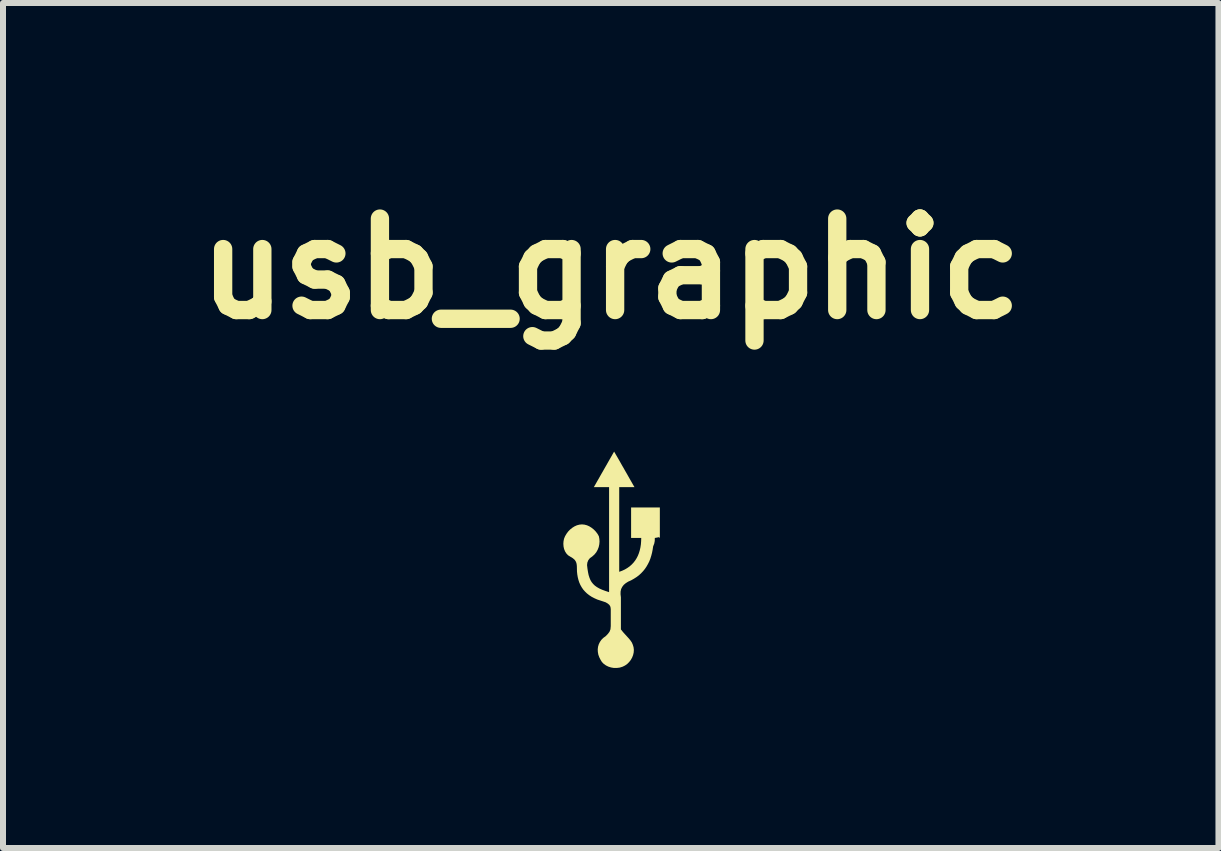
<source format=kicad_pcb>
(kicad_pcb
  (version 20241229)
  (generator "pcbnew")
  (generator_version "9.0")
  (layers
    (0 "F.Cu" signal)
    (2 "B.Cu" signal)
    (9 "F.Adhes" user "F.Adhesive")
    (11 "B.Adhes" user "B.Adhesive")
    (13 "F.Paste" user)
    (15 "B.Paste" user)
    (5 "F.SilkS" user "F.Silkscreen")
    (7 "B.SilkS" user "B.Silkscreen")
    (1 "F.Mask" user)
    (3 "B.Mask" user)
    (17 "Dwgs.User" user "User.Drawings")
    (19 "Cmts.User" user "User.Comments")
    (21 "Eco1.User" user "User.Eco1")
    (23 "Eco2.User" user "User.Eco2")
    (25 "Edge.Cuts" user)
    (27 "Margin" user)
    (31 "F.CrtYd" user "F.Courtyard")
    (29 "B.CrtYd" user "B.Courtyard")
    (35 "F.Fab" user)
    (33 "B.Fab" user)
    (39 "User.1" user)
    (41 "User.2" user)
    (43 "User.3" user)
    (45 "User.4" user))
  (footprint "usb_graphic"
    (layer "F.Cu")
    (at 7.127 6.295)
    (property "Reference" "usb_graphic" (at 0 -4.868 0) (layer "F.SilkS") (effects (font (size 1.524 1.524) (thickness 0.305))))
    (attr smd)
    (fp_poly (pts (xy 0.734 -0.381) (xy 0.733 -0.332) (xy 0.725 -0.289) (xy 0.706 -0.24) (xy 0.698 -0.186) (xy 0.688 -0.135) (xy 0.675 -0.085) (xy 0.66 -0.037) (xy 0.642 0.009) (xy 0.62 0.053) (xy 0.596 0.095) (xy 0.569 0.135) (xy 0.539 0.172) (xy 0.505 0.208) (xy 0.469 0.241) (xy 0.429 0.271) (xy 0.385 0.299) (xy 0.339 0.325) (xy 0.29 0.347) (xy 0.249 0.373) (xy 0.216 0.401) (xy 0.191 0.434) (xy 0.173 0.47) (xy 0.164 0.511) (xy 0.163 0.556) (xy 0.169 0.607) (xy 0.169 0.66) (xy 0.169 0.712) (xy 0.169 0.763) (xy 0.169 0.812) (xy 0.169 0.861) (xy 0.169 0.909) (xy 0.169 0.957) (xy 0.169 1.004) (xy 0.169 1.05) (xy 0.169 1.097) (xy 0.169 1.143) (xy 0.205 1.188) (xy 0.241 1.228) (xy 0.274 1.264) (xy 0.304 1.297) (xy 0.33 1.329) (xy 0.352 1.362) (xy 0.367 1.397) (xy 0.38 1.44) (xy 0.385 1.484) (xy 0.382 1.528) (xy 0.372 1.571) (xy 0.356 1.612) (xy 0.334 1.651) (xy 0.307 1.686) (xy 0.275 1.718) (xy 0.238 1.744) (xy 0.198 1.764) (xy 0.15 1.779) (xy 0.101 1.785) (xy 0.052 1.785) (xy 0.005 1.777) (xy -0.04 1.763) (xy -0.08 1.743) (xy -0.117 1.717) (xy -0.147 1.686) (xy -0.169 1.651) (xy -0.191 1.608) (xy -0.207 1.564) (xy -0.215 1.519) (xy -0.217 1.475) (xy -0.212 1.432) (xy -0.2 1.391) (xy -0.181 1.352) (xy -0.156 1.316) (xy -0.124 1.284) (xy -0.085 1.256) (xy -0.048 1.218) (xy -0.021 1.182) (xy -0.005 1.141) (xy 0 1.087) (xy 0 1.044) (xy 0 1.001) (xy 0 0.956) (xy 0 0.909) (xy 0 0.859) (xy 0 0.804) (xy -0.005 0.767) (xy -0.021 0.737) (xy -0.048 0.713) (xy -0.085 0.691) (xy -0.127 0.677) (xy -0.169 0.663) (xy -0.224 0.645) (xy -0.273 0.623) (xy -0.319 0.599) (xy -0.36 0.572) (xy -0.397 0.543) (xy -0.43 0.511) (xy -0.46 0.477) (xy -0.485 0.44) (xy -0.507 0.401) (xy -0.525 0.36) (xy -0.539 0.317) (xy -0.55 0.272) (xy -0.558 0.225) (xy -0.563 0.177) (xy -0.564 0.127) (xy -0.565 0.087) (xy -0.569 0.051) (xy -0.579 0.018) (xy -0.598 -0.013) (xy -0.63 -0.042) (xy -0.677 -0.071) (xy -0.712 -0.093) (xy -0.74 -0.123) (xy -0.762 -0.158) (xy -0.778 -0.198) (xy -0.787 -0.24) (xy -0.79 -0.284) (xy -0.787 -0.327) (xy -0.778 -0.37) (xy -0.762 -0.409) (xy -0.738 -0.45) (xy -0.71 -0.488) (xy -0.678 -0.521) (xy -0.642 -0.55) (xy -0.604 -0.574) (xy -0.564 -0.592) (xy -0.522 -0.603) (xy -0.48 -0.607) (xy -0.438 -0.603) (xy -0.396 -0.592) (xy -0.356 -0.574) (xy -0.318 -0.55) (xy -0.282 -0.521) (xy -0.25 -0.488) (xy -0.221 -0.45) (xy -0.198 -0.409) (xy -0.19 -0.366) (xy -0.187 -0.321) (xy -0.191 -0.275) (xy -0.201 -0.229) (xy -0.218 -0.185) (xy -0.241 -0.143) (xy -0.272 -0.105) (xy -0.31 -0.071) (xy -0.347 -0.045) (xy -0.374 -0.011) (xy -0.39 0.029) (xy -0.395 0.071) (xy -0.388 0.132) (xy -0.379 0.188) (xy -0.369 0.237) (xy -0.355 0.281) (xy -0.339 0.32) (xy -0.319 0.354) (xy -0.294 0.385) (xy -0.265 0.413) (xy -0.23 0.438) (xy -0.19 0.461) (xy -0.143 0.482) (xy -0.089 0.502) (xy -0.028 0.522) (xy -0.028 0.472) (xy -0.028 0.422) (xy -0.028 0.372) (xy -0.028 0.322) (xy -0.028 0.271) (xy -0.028 0.221) (xy -0.028 0.17) (xy -0.028 0.119) (xy -0.028 0.068) (xy -0.028 0.017) (xy -0.028 -0.034) (xy -0.028 -0.085) (xy -0.028 -0.136) (xy -0.028 -0.188) (xy -0.028 -0.239) (xy -0.028 -0.291) (xy -0.028 -0.342) (xy -0.028 -0.394) (xy -0.028 -0.446) (xy -0.028 -0.498) (xy -0.028 -0.549) (xy -0.028 -0.601) (xy -0.028 -0.653) (xy -0.028 -0.705) (xy -0.028 -0.758) (xy -0.028 -0.81) (xy -0.028 -0.862) (xy -0.028 -0.914) (xy -0.028 -0.966) (xy -0.028 -1.019) (xy -0.028 -1.071) (xy -0.028 -1.123) (xy -0.028 -1.175) (xy -0.028 -1.228) (xy -0.076 -1.228) (xy -0.122 -1.228) (xy -0.168 -1.228) (xy -0.221 -1.228) (xy -0.282 -1.228) (xy -0.256 -1.273) (xy -0.23 -1.319) (xy -0.204 -1.364) (xy -0.178 -1.41) (xy -0.152 -1.456) (xy -0.126 -1.501) (xy -0.1 -1.547) (xy -0.074 -1.592) (xy -0.048 -1.638) (xy -0.022 -1.684) (xy 0.004 -1.729) (xy 0.03 -1.775) (xy 0.056 -1.82) (xy 0.082 -1.775) (xy 0.109 -1.729) (xy 0.135 -1.684) (xy 0.161 -1.638) (xy 0.187 -1.592) (xy 0.213 -1.547) (xy 0.239 -1.501) (xy 0.265 -1.456) (xy 0.291 -1.41) (xy 0.317 -1.364) (xy 0.343 -1.319) (xy 0.369 -1.273) (xy 0.395 -1.228) (xy 0.344 -1.228) (xy 0.294 -1.228) (xy 0.243 -1.228) (xy 0.192 -1.228) (xy 0.141 -1.228) (xy 0.141 -1.174) (xy 0.141 -1.121) (xy 0.141 -1.069) (xy 0.141 -1.016) (xy 0.141 -0.964) (xy 0.141 -0.911) (xy 0.141 -0.859) (xy 0.141 -0.807) (xy 0.141 -0.755) (xy 0.141 -0.703) (xy 0.141 -0.652) (xy 0.141 -0.6) (xy 0.141 -0.548) (xy 0.141 -0.496) (xy 0.141 -0.444) (xy 0.141 -0.393) (xy 0.141 -0.341) (xy 0.141 -0.289) (xy 0.141 -0.237) (xy 0.141 -0.185) (xy 0.141 -0.133) (xy 0.141 -0.081) (xy 0.141 -0.028) (xy 0.141 0.024) (xy 0.141 0.077) (xy 0.141 0.13) (xy 0.141 0.183) (xy 0.19 0.165) (xy 0.235 0.144) (xy 0.277 0.119) (xy 0.315 0.092) (xy 0.349 0.062) (xy 0.38 0.029) (xy 0.407 -0.006) (xy 0.431 -0.044) (xy 0.452 -0.085) (xy 0.469 -0.128) (xy 0.483 -0.174) (xy 0.494 -0.222) (xy 0.502 -0.273) (xy 0.506 -0.326) (xy 0.508 -0.381) (xy 0.466 -0.381) (xy 0.423 -0.381) (xy 0.381 -0.381) (xy 0.339 -0.381) (xy 0.339 -0.432) (xy 0.339 -0.483) (xy 0.339 -0.533) (xy 0.339 -0.584) (xy 0.339 -0.635) (xy 0.339 -0.686) (xy 0.339 -0.737) (xy 0.339 -0.787) (xy 0.339 -0.838) (xy 0.339 -0.889) (xy 0.389 -0.889) (xy 0.437 -0.889) (xy 0.485 -0.889) (xy 0.532 -0.889) (xy 0.579 -0.889) (xy 0.625 -0.889) (xy 0.672 -0.889) (xy 0.72 -0.889) (xy 0.768 -0.889) (xy 0.818 -0.889) (xy 0.818 -0.838) (xy 0.818 -0.787) (xy 0.818 -0.737) (xy 0.818 -0.686) (xy 0.818 -0.635) (xy 0.818 -0.584) (xy 0.818 -0.533) (xy 0.818 -0.483) (xy 0.818 -0.432) (xy 0.818 -0.381) (xy 0.803 -0.394) (xy 0.768 -0.387) (xy 0.734 -0.381)) (stroke (width 0) (type solid)) (fill yes) (layer "F.SilkS")))
  (gr_rect
    (start -3 -3)
    (end 17.253 11.08)
    (stroke (width 0.1) (type default))
    (fill no)
    (layer "Edge.Cuts")))
</source>
